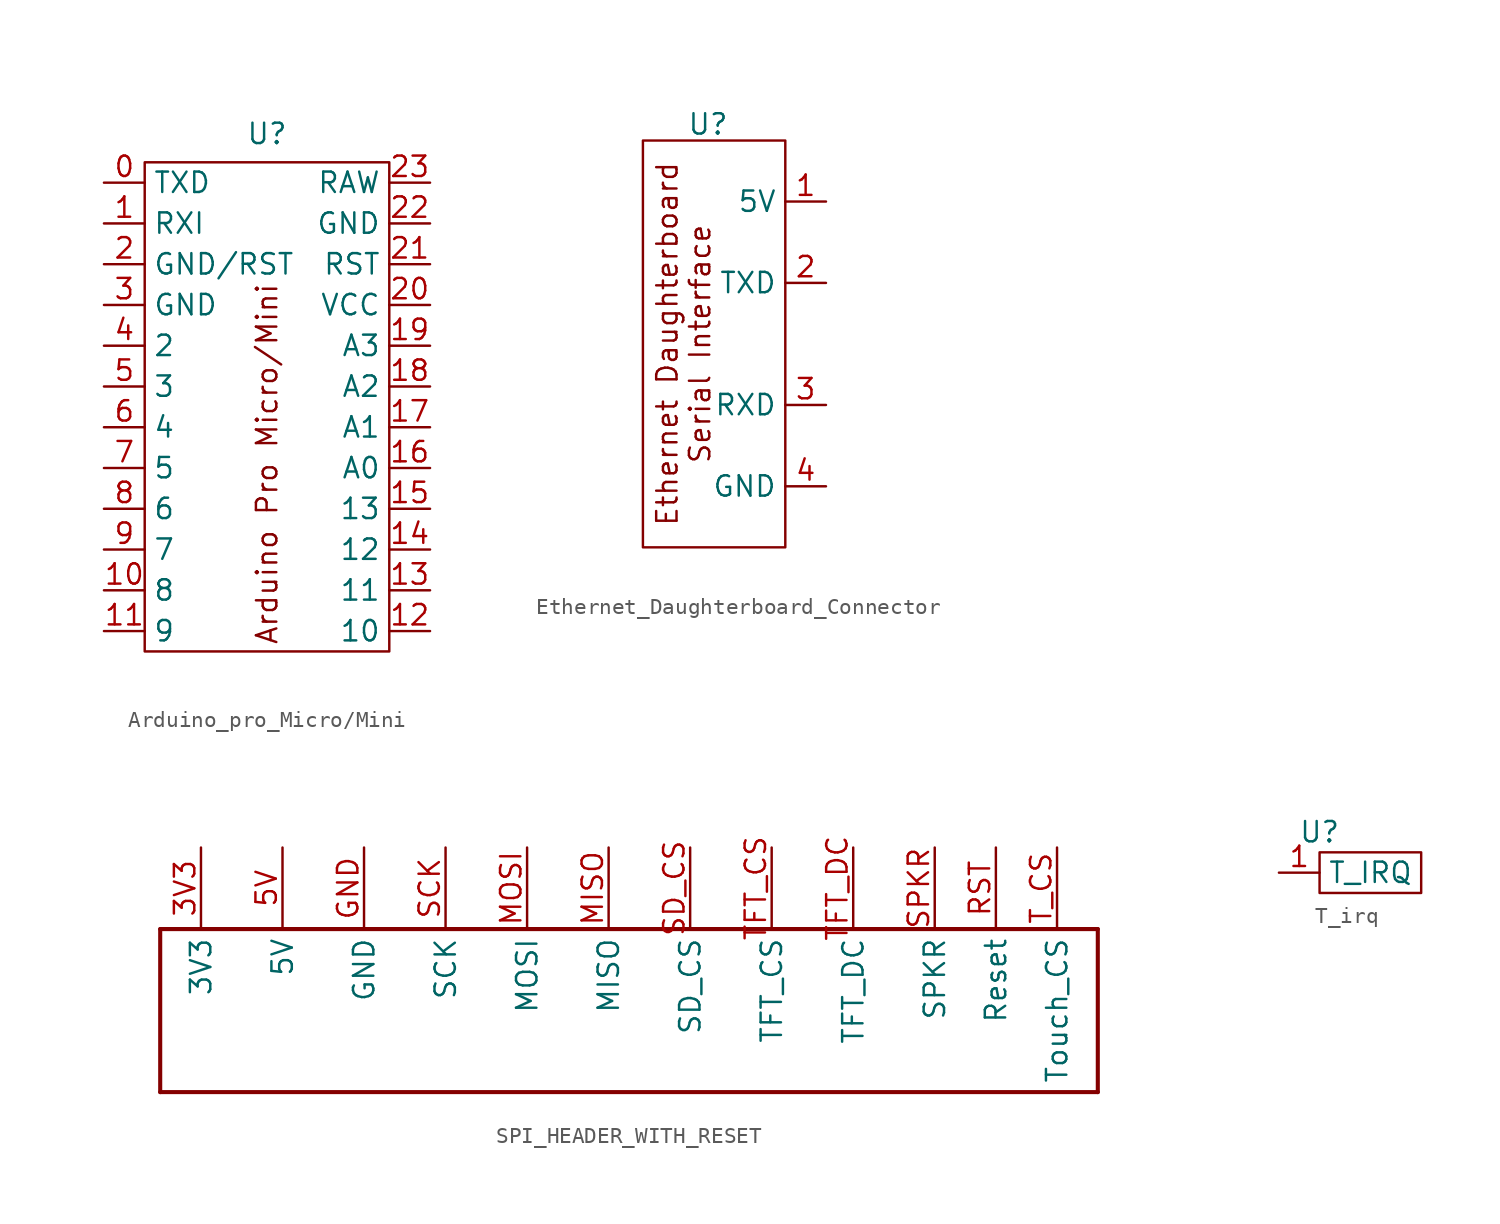
<source format=kicad_sym>
(kicad_symbol_lib
  (version 20231120)
  (generator "kicad_symbol_editor")
  (generator_version "8.0")
  (symbol "Arduino_pro_Micro/Mini"
    (property "Reference" "U"
      (at 0 17.018 0)
      (effects (font (size 1.27 1.27))))
    (property "Value" ""
      (at 3.81 5.08 0)
      (effects (font (size 1.27 1.27))))
    (symbol "Arduino_pro_Micro/Mini_0_1"
      (rectangle (start -7.62 15.24) (end 7.62 -15.24) (stroke (width 0) (type default)) (fill (type none))))
    (symbol "Arduino_pro_Micro/Mini_1_1"
      (text "Arduino Pro Micro/Mini\n" (at 0 -3.556 900) (effects (font (size 1.27 1.27))))
      (pin bidirectional line (at -10.16 13.97 0) (length 2.54) (name "TXD" (effects (font (size 1.27 1.27)))) (number "0" (effects (font (size 1.27 1.27)))))
      (pin bidirectional line (at -10.16 11.43 0) (length 2.54) (name "RXI" (effects (font (size 1.27 1.27)))) (number "1" (effects (font (size 1.27 1.27)))))
      (pin bidirectional line (at -10.16 -11.43 0) (length 2.54) (name "8" (effects (font (size 1.27 1.27)))) (number "10" (effects (font (size 1.27 1.27)))))
      (pin bidirectional line (at -10.16 -13.97 0) (length 2.54) (name "9" (effects (font (size 1.27 1.27)))) (number "11" (effects (font (size 1.27 1.27)))))
      (pin bidirectional line (at 10.16 -13.97 180) (length 2.54) (name "10" (effects (font (size 1.27 1.27)))) (number "12" (effects (font (size 1.27 1.27)))))
      (pin bidirectional line (at 10.16 -11.43 180) (length 2.54) (name "11" (effects (font (size 1.27 1.27)))) (number "13" (effects (font (size 1.27 1.27)))))
      (pin bidirectional line (at 10.16 -8.89 180) (length 2.54) (name "12" (effects (font (size 1.27 1.27)))) (number "14" (effects (font (size 1.27 1.27)))))
      (pin bidirectional line (at 10.16 -6.35 180) (length 2.54) (name "13" (effects (font (size 1.27 1.27)))) (number "15" (effects (font (size 1.27 1.27)))))
      (pin bidirectional line (at 10.16 -3.81 180) (length 2.54) (name "A0" (effects (font (size 1.27 1.27)))) (number "16" (effects (font (size 1.27 1.27)))))
      (pin bidirectional line (at 10.16 -1.27 180) (length 2.54) (name "A1" (effects (font (size 1.27 1.27)))) (number "17" (effects (font (size 1.27 1.27)))))
      (pin bidirectional line (at 10.16 1.27 180) (length 2.54) (name "A2" (effects (font (size 1.27 1.27)))) (number "18" (effects (font (size 1.27 1.27)))))
      (pin bidirectional line (at 10.16 3.81 180) (length 2.54) (name "A3" (effects (font (size 1.27 1.27)))) (number "19" (effects (font (size 1.27 1.27)))))
      (pin input line (at -10.16 8.89 0) (length 2.54) (name "GND/RST" (effects (font (size 1.27 1.27)))) (number "2" (effects (font (size 1.27 1.27)))))
      (pin power_out line (at 10.16 6.35 180) (length 2.54) (name "VCC" (effects (font (size 1.27 1.27)))) (number "20" (effects (font (size 1.27 1.27)))))
      (pin input line (at 10.16 8.89 180) (length 2.54) (name "RST" (effects (font (size 1.27 1.27)))) (number "21" (effects (font (size 1.27 1.27)))))
      (pin power_in line (at 10.16 11.43 180) (length 2.54) (name "GND" (effects (font (size 1.27 1.27)))) (number "22" (effects (font (size 1.27 1.27)))))
      (pin power_in line (at 10.16 13.97 180) (length 2.54) (name "RAW" (effects (font (size 1.27 1.27)))) (number "23" (effects (font (size 1.27 1.27)))))
      (pin power_in line (at -10.16 6.35 0) (length 2.54) (name "GND" (effects (font (size 1.27 1.27)))) (number "3" (effects (font (size 1.27 1.27)))))
      (pin bidirectional line (at -10.16 3.81 0) (length 2.54) (name "2" (effects (font (size 1.27 1.27)))) (number "4" (effects (font (size 1.27 1.27)))))
      (pin bidirectional line (at -10.16 1.27 0) (length 2.54) (name "3" (effects (font (size 1.27 1.27)))) (number "5" (effects (font (size 1.27 1.27)))))
      (pin bidirectional line (at -10.16 -1.27 0) (length 2.54) (name "4" (effects (font (size 1.27 1.27)))) (number "6" (effects (font (size 1.27 1.27)))))
      (pin bidirectional line (at -10.16 -3.81 0) (length 2.54) (name "5" (effects (font (size 1.27 1.27)))) (number "7" (effects (font (size 1.27 1.27)))))
      (pin bidirectional line (at -10.16 -6.35 0) (length 2.54) (name "6" (effects (font (size 1.27 1.27)))) (number "8" (effects (font (size 1.27 1.27)))))
      (pin bidirectional line (at -10.16 -8.89 0) (length 2.54) (name "7" (effects (font (size 1.27 1.27)))) (number "9" (effects (font (size 1.27 1.27)))))))
  (symbol "Ethernet_Daughterboard_Connector"
    (property "Reference" "U"
      (at -1.016 13.716 0)
      (effects (font (size 1.27 1.27))))
    (property "Value" ""
      (at 0 0 0)
      (effects (font (size 1.27 1.27))))
    (symbol "Ethernet_Daughterboard_Connector_0_1"
      (rectangle (start -5.08 12.7) (end 3.81 -12.7) (stroke (width 0) (type default)) (fill (type none))))
    (symbol "Ethernet_Daughterboard_Connector_1_1"
      (text "Ethernet Daughterboard\nSerial Interface\n" (at -2.54 0 900) (effects (font (size 1.27 1.27))))
      (pin power_in line (at 6.35 8.89 180) (length 2.54) (name "5V" (effects (font (size 1.27 1.27)))) (number "1" (effects (font (size 1.27 1.27)))))
      (pin input line (at 6.35 3.81 180) (length 2.54) (name "TXD" (effects (font (size 1.27 1.27)))) (number "2" (effects (font (size 1.27 1.27)))))
      (pin output line (at 6.35 -3.81 180) (length 2.54) (name "RXD" (effects (font (size 1.27 1.27)))) (number "3" (effects (font (size 1.27 1.27)))))
      (pin power_in line (at 6.35 -8.89 180) (length 2.54) (name "GND" (effects (font (size 1.27 1.27)))) (number "4" (effects (font (size 1.27 1.27)))))))
  (symbol "SPI_HEADER_WITH_RESET"
    (property "Reference" "C"
      (at -5.08 0 0)
      (effects (font (size 1.27 1.27)) (hide yes)))
    (symbol "SPI_HEADER_WITH_RESET_1_0"
      (polyline (pts (xy -30.48 -5.08) (xy 27.94 -5.08)) (stroke (width 0.254) (type solid)) (fill (type none)))
      (polyline (pts (xy -30.48 5.08) (xy -30.48 -5.08)) (stroke (width 0.254) (type solid)) (fill (type none)))
      (polyline (pts (xy -30.48 5.08) (xy 27.94 5.08)) (stroke (width 0.254) (type solid)) (fill (type none)))
      (polyline (pts (xy 27.94 5.08) (xy 27.94 -5.08)) (stroke (width 0.254) (type solid)) (fill (type none)))
      (pin power_in line (at -27.94 10.16 270) (length 5.08) (name "3V3" (effects (font (size 1.27 1.27)))) (number "3V3" (effects (font (size 1.27 1.27)))))
      (pin power_in line (at -22.86 10.16 270) (length 5.08) (name "5V" (effects (font (size 1.27 1.27)))) (number "5V" (effects (font (size 1.27 1.27)))))
      (pin power_in line (at -17.78 10.16 270) (length 5.08) (name "GND" (effects (font (size 1.27 1.27)))) (number "GND" (effects (font (size 1.27 1.27)))))
      (pin bidirectional line (at -2.54 10.16 270) (length 5.08) (name "MISO" (effects (font (size 1.27 1.27)))) (number "MISO" (effects (font (size 1.27 1.27)))))
      (pin bidirectional line (at -7.62 10.16 270) (length 5.08) (name "MOSI" (effects (font (size 1.27 1.27)))) (number "MOSI" (effects (font (size 1.27 1.27)))))
      (pin bidirectional line (at 21.59 10.16 270) (length 5.08) (name "Reset" (effects (font (size 1.27 1.27)))) (number "RST" (effects (font (size 1.27 1.27)))))
      (pin bidirectional line (at -12.7 10.16 270) (length 5.08) (name "SCK" (effects (font (size 1.27 1.27)))) (number "SCK" (effects (font (size 1.27 1.27)))))
      (pin bidirectional line (at 2.54 10.16 270) (length 5.08) (name "SD_CS" (effects (font (size 1.27 1.27)))) (number "SD_CS" (effects (font (size 1.27 1.27)))))
      (pin bidirectional line (at 17.78 10.16 270) (length 5.08) (name "SPKR" (effects (font (size 1.27 1.27)))) (number "SPKR" (effects (font (size 1.27 1.27)))))
      (pin bidirectional line (at 7.62 10.16 270) (length 5.08) (name "TFT_CS" (effects (font (size 1.27 1.27)))) (number "TFT_CS" (effects (font (size 1.27 1.27)))))
      (pin bidirectional line (at 12.7 10.16 270) (length 5.08) (name "TFT_DC" (effects (font (size 1.27 1.27)))) (number "TFT_DC" (effects (font (size 1.27 1.27)))))
      (pin bidirectional line (at 25.4 10.16 270) (length 5.08) (name "Touch_CS" (effects (font (size 1.27 1.27)))) (number "T_CS" (effects (font (size 1.27 1.27)))))))
  (symbol "T_irq"
    (property "Reference" "U"
      (at 0 2.54 0)
      (effects (font (size 1.27 1.27))))
    (property "Value" ""
      (at 0 0 0)
      (effects (font (size 1.27 1.27))))
    (symbol "T_irq_0_1"
      (rectangle (start 0 1.27) (end 6.35 -1.27) (stroke (width 0) (type default)) (fill (type none))))
    (symbol "T_irq_1_1"
      (pin bidirectional line (at -2.54 0 0) (length 2.54) (name "T_IRQ" (effects (font (size 1.27 1.27)))) (number "1" (effects (font (size 1.27 1.27))))))))
</source>
